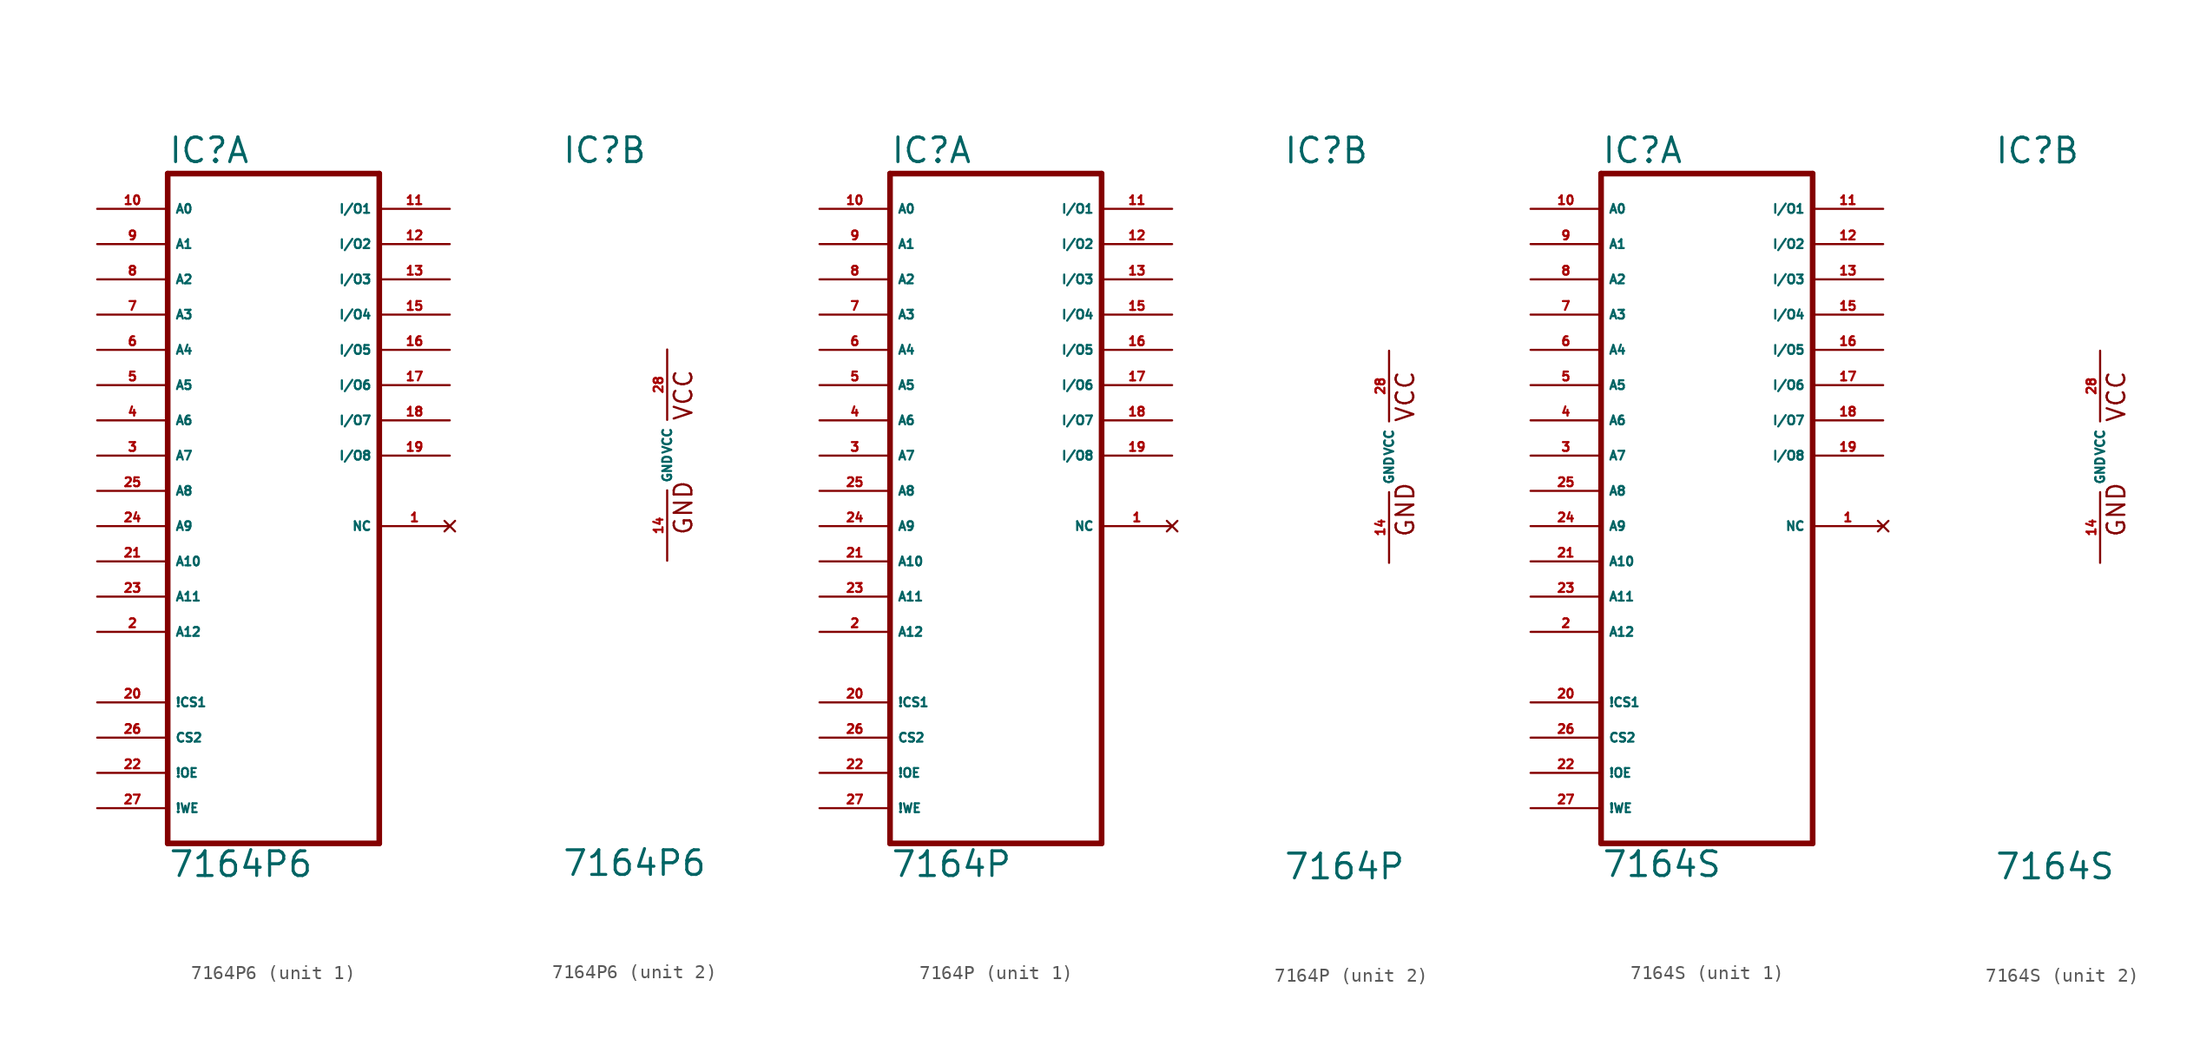
<source format=kicad_sym>
(kicad_symbol_lib
  (version 20220914)
  (generator Eagle2Kicad)
  (symbol "7164P6"
    (property "Reference" "IC"
      (at -7.62 20.955 0)
      (effects (font (size 1.778 1.778) (thickness 0.22)) (justify left bottom)))
    (property "Value" "7164P6"
      (at -7.62 -30.48 0)
      (effects (font (size 1.778 1.778) (thickness 0.22)) (justify left bottom)))
    (symbol "7164P6_1_0"
      (polyline (pts (xy -7.62 -27.94) (xy 7.62 -27.94)) (stroke (width 0.406) (type default)) (fill (type none)))
      (polyline (pts (xy 7.62 -27.94) (xy 7.62 20.32)) (stroke (width 0.406) (type default)) (fill (type none)))
      (polyline (pts (xy 7.62 20.32) (xy -7.62 20.32)) (stroke (width 0.406) (type default)) (fill (type none)))
      (polyline (pts (xy -7.62 20.32) (xy -7.62 -27.94)) (stroke (width 0.406) (type default)) (fill (type none)))
      (pin input line (at -12.7 17.78 0) (length 5.08) (name "A0" (effects (font (size 0.635 0.635) (thickness 0.08)) (justify left bottom))) (number "10" (effects (font (size 0.635 0.635) (thickness 0.08)) (justify left bottom))))
      (pin input line (at -12.7 15.24 0) (length 5.08) (name "A1" (effects (font (size 0.635 0.635) (thickness 0.08)) (justify left bottom))) (number "9" (effects (font (size 0.635 0.635) (thickness 0.08)) (justify left bottom))))
      (pin input line (at -12.7 12.7 0) (length 5.08) (name "A2" (effects (font (size 0.635 0.635) (thickness 0.08)) (justify left bottom))) (number "8" (effects (font (size 0.635 0.635) (thickness 0.08)) (justify left bottom))))
      (pin input line (at -12.7 10.16 0) (length 5.08) (name "A3" (effects (font (size 0.635 0.635) (thickness 0.08)) (justify left bottom))) (number "7" (effects (font (size 0.635 0.635) (thickness 0.08)) (justify left bottom))))
      (pin input line (at -12.7 7.62 0) (length 5.08) (name "A4" (effects (font (size 0.635 0.635) (thickness 0.08)) (justify left bottom))) (number "6" (effects (font (size 0.635 0.635) (thickness 0.08)) (justify left bottom))))
      (pin input line (at -12.7 5.08 0) (length 5.08) (name "A5" (effects (font (size 0.635 0.635) (thickness 0.08)) (justify left bottom))) (number "5" (effects (font (size 0.635 0.635) (thickness 0.08)) (justify left bottom))))
      (pin input line (at -12.7 2.54 0) (length 5.08) (name "A6" (effects (font (size 0.635 0.635) (thickness 0.08)) (justify left bottom))) (number "4" (effects (font (size 0.635 0.635) (thickness 0.08)) (justify left bottom))))
      (pin input line (at -12.7 0 0) (length 5.08) (name "A7" (effects (font (size 0.635 0.635) (thickness 0.08)) (justify left bottom))) (number "3" (effects (font (size 0.635 0.635) (thickness 0.08)) (justify left bottom))))
      (pin input line (at -12.7 -2.54 0) (length 5.08) (name "A8" (effects (font (size 0.635 0.635) (thickness 0.08)) (justify left bottom))) (number "25" (effects (font (size 0.635 0.635) (thickness 0.08)) (justify left bottom))))
      (pin input line (at -12.7 -5.08 0) (length 5.08) (name "A9" (effects (font (size 0.635 0.635) (thickness 0.08)) (justify left bottom))) (number "24" (effects (font (size 0.635 0.635) (thickness 0.08)) (justify left bottom))))
      (pin input line (at -12.7 -7.62 0) (length 5.08) (name "A10" (effects (font (size 0.635 0.635) (thickness 0.08)) (justify left bottom))) (number "21" (effects (font (size 0.635 0.635) (thickness 0.08)) (justify left bottom))))
      (pin input line (at -12.7 -22.86 0) (length 5.08) (name "!OE" (effects (font (size 0.635 0.635) (thickness 0.08)) (justify left bottom))) (number "22" (effects (font (size 0.635 0.635) (thickness 0.08)) (justify left bottom))))
      (pin bidirectional line (at 12.7 7.62 180) (length 5.08) (name "I/O5" (effects (font (size 0.635 0.635) (thickness 0.08)) (justify left bottom))) (number "16" (effects (font (size 0.635 0.635) (thickness 0.08)) (justify left bottom))))
      (pin bidirectional line (at 12.7 5.08 180) (length 5.08) (name "I/O6" (effects (font (size 0.635 0.635) (thickness 0.08)) (justify left bottom))) (number "17" (effects (font (size 0.635 0.635) (thickness 0.08)) (justify left bottom))))
      (pin bidirectional line (at 12.7 2.54 180) (length 5.08) (name "I/O7" (effects (font (size 0.635 0.635) (thickness 0.08)) (justify left bottom))) (number "18" (effects (font (size 0.635 0.635) (thickness 0.08)) (justify left bottom))))
      (pin bidirectional line (at 12.7 0 180) (length 5.08) (name "I/O8" (effects (font (size 0.635 0.635) (thickness 0.08)) (justify left bottom))) (number "19" (effects (font (size 0.635 0.635) (thickness 0.08)) (justify left bottom))))
      (pin input line (at -12.7 -25.4 0) (length 5.08) (name "!WE" (effects (font (size 0.635 0.635) (thickness 0.08)) (justify left bottom))) (number "27" (effects (font (size 0.635 0.635) (thickness 0.08)) (justify left bottom))))
      (pin bidirectional line (at 12.7 17.78 180) (length 5.08) (name "I/O1" (effects (font (size 0.635 0.635) (thickness 0.08)) (justify left bottom))) (number "11" (effects (font (size 0.635 0.635) (thickness 0.08)) (justify left bottom))))
      (pin bidirectional line (at 12.7 15.24 180) (length 5.08) (name "I/O2" (effects (font (size 0.635 0.635) (thickness 0.08)) (justify left bottom))) (number "12" (effects (font (size 0.635 0.635) (thickness 0.08)) (justify left bottom))))
      (pin bidirectional line (at 12.7 12.7 180) (length 5.08) (name "I/O3" (effects (font (size 0.635 0.635) (thickness 0.08)) (justify left bottom))) (number "13" (effects (font (size 0.635 0.635) (thickness 0.08)) (justify left bottom))))
      (pin bidirectional line (at 12.7 10.16 180) (length 5.08) (name "I/O4" (effects (font (size 0.635 0.635) (thickness 0.08)) (justify left bottom))) (number "15" (effects (font (size 0.635 0.635) (thickness 0.08)) (justify left bottom))))
      (pin input line (at -12.7 -10.16 0) (length 5.08) (name "A11" (effects (font (size 0.635 0.635) (thickness 0.08)) (justify left bottom))) (number "23" (effects (font (size 0.635 0.635) (thickness 0.08)) (justify left bottom))))
      (pin input line (at -12.7 -17.78 0) (length 5.08) (name "!CS1" (effects (font (size 0.635 0.635) (thickness 0.08)) (justify left bottom))) (number "20" (effects (font (size 0.635 0.635) (thickness 0.08)) (justify left bottom))))
      (pin input line (at -12.7 -20.32 0) (length 5.08) (name "CS2" (effects (font (size 0.635 0.635) (thickness 0.08)) (justify left bottom))) (number "26" (effects (font (size 0.635 0.635) (thickness 0.08)) (justify left bottom))))
      (pin input line (at -12.7 -12.7 0) (length 5.08) (name "A12" (effects (font (size 0.635 0.635) (thickness 0.08)) (justify left bottom))) (number "2" (effects (font (size 0.635 0.635) (thickness 0.08)) (justify left bottom))))
      (pin no_connect line (at 12.7 -5.08 180) (length 5.08) (name "NC" (effects (font (size 0.635 0.635) (thickness 0.08)) (justify left bottom) hide)) (number "1" (effects (font (size 0.635 0.635) (thickness 0.08)) (justify left bottom) hide))))
    (symbol "7164P6_2_0"
      (text "GND" (at 1.905 -5.842 900) (effects (font (size 1.27 1.27) (thickness 0.16)) (justify left bottom)))
      (text "VCC" (at 1.905 2.413 900) (effects (font (size 1.27 1.27) (thickness 0.16)) (justify left bottom)))
      (pin unspecified line (at 0 7.62 270) (length 5.08) (name "VCC" (effects (font (size 0.635 0.635) (thickness 0.08)) (justify left bottom))) (number "28" (effects (font (size 0.635 0.635) (thickness 0.08)) (justify left bottom))))
      (pin unspecified line (at 0 -7.62 90) (length 5.08) (name "GND" (effects (font (size 0.635 0.635) (thickness 0.08)) (justify left bottom))) (number "14" (effects (font (size 0.635 0.635) (thickness 0.08)) (justify left bottom))))))
  (symbol "7164P"
    (property "Reference" "IC"
      (at -7.62 20.955 0)
      (effects (font (size 1.778 1.778) (thickness 0.22)) (justify left bottom)))
    (property "Value" "7164P"
      (at -7.62 -30.48 0)
      (effects (font (size 1.778 1.778) (thickness 0.22)) (justify left bottom)))
    (symbol "7164P_1_0"
      (polyline (pts (xy -7.62 -27.94) (xy 7.62 -27.94)) (stroke (width 0.406) (type default)) (fill (type none)))
      (polyline (pts (xy 7.62 -27.94) (xy 7.62 20.32)) (stroke (width 0.406) (type default)) (fill (type none)))
      (polyline (pts (xy 7.62 20.32) (xy -7.62 20.32)) (stroke (width 0.406) (type default)) (fill (type none)))
      (polyline (pts (xy -7.62 20.32) (xy -7.62 -27.94)) (stroke (width 0.406) (type default)) (fill (type none)))
      (pin input line (at -12.7 17.78 0) (length 5.08) (name "A0" (effects (font (size 0.635 0.635) (thickness 0.08)) (justify left bottom))) (number "10" (effects (font (size 0.635 0.635) (thickness 0.08)) (justify left bottom))))
      (pin input line (at -12.7 15.24 0) (length 5.08) (name "A1" (effects (font (size 0.635 0.635) (thickness 0.08)) (justify left bottom))) (number "9" (effects (font (size 0.635 0.635) (thickness 0.08)) (justify left bottom))))
      (pin input line (at -12.7 12.7 0) (length 5.08) (name "A2" (effects (font (size 0.635 0.635) (thickness 0.08)) (justify left bottom))) (number "8" (effects (font (size 0.635 0.635) (thickness 0.08)) (justify left bottom))))
      (pin input line (at -12.7 10.16 0) (length 5.08) (name "A3" (effects (font (size 0.635 0.635) (thickness 0.08)) (justify left bottom))) (number "7" (effects (font (size 0.635 0.635) (thickness 0.08)) (justify left bottom))))
      (pin input line (at -12.7 7.62 0) (length 5.08) (name "A4" (effects (font (size 0.635 0.635) (thickness 0.08)) (justify left bottom))) (number "6" (effects (font (size 0.635 0.635) (thickness 0.08)) (justify left bottom))))
      (pin input line (at -12.7 5.08 0) (length 5.08) (name "A5" (effects (font (size 0.635 0.635) (thickness 0.08)) (justify left bottom))) (number "5" (effects (font (size 0.635 0.635) (thickness 0.08)) (justify left bottom))))
      (pin input line (at -12.7 2.54 0) (length 5.08) (name "A6" (effects (font (size 0.635 0.635) (thickness 0.08)) (justify left bottom))) (number "4" (effects (font (size 0.635 0.635) (thickness 0.08)) (justify left bottom))))
      (pin input line (at -12.7 0 0) (length 5.08) (name "A7" (effects (font (size 0.635 0.635) (thickness 0.08)) (justify left bottom))) (number "3" (effects (font (size 0.635 0.635) (thickness 0.08)) (justify left bottom))))
      (pin input line (at -12.7 -2.54 0) (length 5.08) (name "A8" (effects (font (size 0.635 0.635) (thickness 0.08)) (justify left bottom))) (number "25" (effects (font (size 0.635 0.635) (thickness 0.08)) (justify left bottom))))
      (pin input line (at -12.7 -5.08 0) (length 5.08) (name "A9" (effects (font (size 0.635 0.635) (thickness 0.08)) (justify left bottom))) (number "24" (effects (font (size 0.635 0.635) (thickness 0.08)) (justify left bottom))))
      (pin input line (at -12.7 -7.62 0) (length 5.08) (name "A10" (effects (font (size 0.635 0.635) (thickness 0.08)) (justify left bottom))) (number "21" (effects (font (size 0.635 0.635) (thickness 0.08)) (justify left bottom))))
      (pin input line (at -12.7 -22.86 0) (length 5.08) (name "!OE" (effects (font (size 0.635 0.635) (thickness 0.08)) (justify left bottom))) (number "22" (effects (font (size 0.635 0.635) (thickness 0.08)) (justify left bottom))))
      (pin bidirectional line (at 12.7 7.62 180) (length 5.08) (name "I/O5" (effects (font (size 0.635 0.635) (thickness 0.08)) (justify left bottom))) (number "16" (effects (font (size 0.635 0.635) (thickness 0.08)) (justify left bottom))))
      (pin bidirectional line (at 12.7 5.08 180) (length 5.08) (name "I/O6" (effects (font (size 0.635 0.635) (thickness 0.08)) (justify left bottom))) (number "17" (effects (font (size 0.635 0.635) (thickness 0.08)) (justify left bottom))))
      (pin bidirectional line (at 12.7 2.54 180) (length 5.08) (name "I/O7" (effects (font (size 0.635 0.635) (thickness 0.08)) (justify left bottom))) (number "18" (effects (font (size 0.635 0.635) (thickness 0.08)) (justify left bottom))))
      (pin bidirectional line (at 12.7 0 180) (length 5.08) (name "I/O8" (effects (font (size 0.635 0.635) (thickness 0.08)) (justify left bottom))) (number "19" (effects (font (size 0.635 0.635) (thickness 0.08)) (justify left bottom))))
      (pin input line (at -12.7 -25.4 0) (length 5.08) (name "!WE" (effects (font (size 0.635 0.635) (thickness 0.08)) (justify left bottom))) (number "27" (effects (font (size 0.635 0.635) (thickness 0.08)) (justify left bottom))))
      (pin bidirectional line (at 12.7 17.78 180) (length 5.08) (name "I/O1" (effects (font (size 0.635 0.635) (thickness 0.08)) (justify left bottom))) (number "11" (effects (font (size 0.635 0.635) (thickness 0.08)) (justify left bottom))))
      (pin bidirectional line (at 12.7 15.24 180) (length 5.08) (name "I/O2" (effects (font (size 0.635 0.635) (thickness 0.08)) (justify left bottom))) (number "12" (effects (font (size 0.635 0.635) (thickness 0.08)) (justify left bottom))))
      (pin bidirectional line (at 12.7 12.7 180) (length 5.08) (name "I/O3" (effects (font (size 0.635 0.635) (thickness 0.08)) (justify left bottom))) (number "13" (effects (font (size 0.635 0.635) (thickness 0.08)) (justify left bottom))))
      (pin bidirectional line (at 12.7 10.16 180) (length 5.08) (name "I/O4" (effects (font (size 0.635 0.635) (thickness 0.08)) (justify left bottom))) (number "15" (effects (font (size 0.635 0.635) (thickness 0.08)) (justify left bottom))))
      (pin input line (at -12.7 -10.16 0) (length 5.08) (name "A11" (effects (font (size 0.635 0.635) (thickness 0.08)) (justify left bottom))) (number "23" (effects (font (size 0.635 0.635) (thickness 0.08)) (justify left bottom))))
      (pin input line (at -12.7 -17.78 0) (length 5.08) (name "!CS1" (effects (font (size 0.635 0.635) (thickness 0.08)) (justify left bottom))) (number "20" (effects (font (size 0.635 0.635) (thickness 0.08)) (justify left bottom))))
      (pin input line (at -12.7 -20.32 0) (length 5.08) (name "CS2" (effects (font (size 0.635 0.635) (thickness 0.08)) (justify left bottom))) (number "26" (effects (font (size 0.635 0.635) (thickness 0.08)) (justify left bottom))))
      (pin input line (at -12.7 -12.7 0) (length 5.08) (name "A12" (effects (font (size 0.635 0.635) (thickness 0.08)) (justify left bottom))) (number "2" (effects (font (size 0.635 0.635) (thickness 0.08)) (justify left bottom))))
      (pin no_connect line (at 12.7 -5.08 180) (length 5.08) (name "NC" (effects (font (size 0.635 0.635) (thickness 0.08)) (justify left bottom) hide)) (number "1" (effects (font (size 0.635 0.635) (thickness 0.08)) (justify left bottom) hide))))
    (symbol "7164P_2_0"
      (text "GND" (at 1.905 -5.842 900) (effects (font (size 1.27 1.27) (thickness 0.16)) (justify left bottom)))
      (text "VCC" (at 1.905 2.413 900) (effects (font (size 1.27 1.27) (thickness 0.16)) (justify left bottom)))
      (pin unspecified line (at 0 7.62 270) (length 5.08) (name "VCC" (effects (font (size 0.635 0.635) (thickness 0.08)) (justify left bottom))) (number "28" (effects (font (size 0.635 0.635) (thickness 0.08)) (justify left bottom))))
      (pin unspecified line (at 0 -7.62 90) (length 5.08) (name "GND" (effects (font (size 0.635 0.635) (thickness 0.08)) (justify left bottom))) (number "14" (effects (font (size 0.635 0.635) (thickness 0.08)) (justify left bottom))))))
  (symbol "7164S"
    (property "Reference" "IC"
      (at -7.62 20.955 0)
      (effects (font (size 1.778 1.778) (thickness 0.22)) (justify left bottom)))
    (property "Value" "7164S"
      (at -7.62 -30.48 0)
      (effects (font (size 1.778 1.778) (thickness 0.22)) (justify left bottom)))
    (symbol "7164S_1_0"
      (polyline (pts (xy -7.62 -27.94) (xy 7.62 -27.94)) (stroke (width 0.406) (type default)) (fill (type none)))
      (polyline (pts (xy 7.62 -27.94) (xy 7.62 20.32)) (stroke (width 0.406) (type default)) (fill (type none)))
      (polyline (pts (xy 7.62 20.32) (xy -7.62 20.32)) (stroke (width 0.406) (type default)) (fill (type none)))
      (polyline (pts (xy -7.62 20.32) (xy -7.62 -27.94)) (stroke (width 0.406) (type default)) (fill (type none)))
      (pin input line (at -12.7 17.78 0) (length 5.08) (name "A0" (effects (font (size 0.635 0.635) (thickness 0.08)) (justify left bottom))) (number "10" (effects (font (size 0.635 0.635) (thickness 0.08)) (justify left bottom))))
      (pin input line (at -12.7 15.24 0) (length 5.08) (name "A1" (effects (font (size 0.635 0.635) (thickness 0.08)) (justify left bottom))) (number "9" (effects (font (size 0.635 0.635) (thickness 0.08)) (justify left bottom))))
      (pin input line (at -12.7 12.7 0) (length 5.08) (name "A2" (effects (font (size 0.635 0.635) (thickness 0.08)) (justify left bottom))) (number "8" (effects (font (size 0.635 0.635) (thickness 0.08)) (justify left bottom))))
      (pin input line (at -12.7 10.16 0) (length 5.08) (name "A3" (effects (font (size 0.635 0.635) (thickness 0.08)) (justify left bottom))) (number "7" (effects (font (size 0.635 0.635) (thickness 0.08)) (justify left bottom))))
      (pin input line (at -12.7 7.62 0) (length 5.08) (name "A4" (effects (font (size 0.635 0.635) (thickness 0.08)) (justify left bottom))) (number "6" (effects (font (size 0.635 0.635) (thickness 0.08)) (justify left bottom))))
      (pin input line (at -12.7 5.08 0) (length 5.08) (name "A5" (effects (font (size 0.635 0.635) (thickness 0.08)) (justify left bottom))) (number "5" (effects (font (size 0.635 0.635) (thickness 0.08)) (justify left bottom))))
      (pin input line (at -12.7 2.54 0) (length 5.08) (name "A6" (effects (font (size 0.635 0.635) (thickness 0.08)) (justify left bottom))) (number "4" (effects (font (size 0.635 0.635) (thickness 0.08)) (justify left bottom))))
      (pin input line (at -12.7 0 0) (length 5.08) (name "A7" (effects (font (size 0.635 0.635) (thickness 0.08)) (justify left bottom))) (number "3" (effects (font (size 0.635 0.635) (thickness 0.08)) (justify left bottom))))
      (pin input line (at -12.7 -2.54 0) (length 5.08) (name "A8" (effects (font (size 0.635 0.635) (thickness 0.08)) (justify left bottom))) (number "25" (effects (font (size 0.635 0.635) (thickness 0.08)) (justify left bottom))))
      (pin input line (at -12.7 -5.08 0) (length 5.08) (name "A9" (effects (font (size 0.635 0.635) (thickness 0.08)) (justify left bottom))) (number "24" (effects (font (size 0.635 0.635) (thickness 0.08)) (justify left bottom))))
      (pin input line (at -12.7 -7.62 0) (length 5.08) (name "A10" (effects (font (size 0.635 0.635) (thickness 0.08)) (justify left bottom))) (number "21" (effects (font (size 0.635 0.635) (thickness 0.08)) (justify left bottom))))
      (pin input line (at -12.7 -22.86 0) (length 5.08) (name "!OE" (effects (font (size 0.635 0.635) (thickness 0.08)) (justify left bottom))) (number "22" (effects (font (size 0.635 0.635) (thickness 0.08)) (justify left bottom))))
      (pin bidirectional line (at 12.7 7.62 180) (length 5.08) (name "I/O5" (effects (font (size 0.635 0.635) (thickness 0.08)) (justify left bottom))) (number "16" (effects (font (size 0.635 0.635) (thickness 0.08)) (justify left bottom))))
      (pin bidirectional line (at 12.7 5.08 180) (length 5.08) (name "I/O6" (effects (font (size 0.635 0.635) (thickness 0.08)) (justify left bottom))) (number "17" (effects (font (size 0.635 0.635) (thickness 0.08)) (justify left bottom))))
      (pin bidirectional line (at 12.7 2.54 180) (length 5.08) (name "I/O7" (effects (font (size 0.635 0.635) (thickness 0.08)) (justify left bottom))) (number "18" (effects (font (size 0.635 0.635) (thickness 0.08)) (justify left bottom))))
      (pin bidirectional line (at 12.7 0 180) (length 5.08) (name "I/O8" (effects (font (size 0.635 0.635) (thickness 0.08)) (justify left bottom))) (number "19" (effects (font (size 0.635 0.635) (thickness 0.08)) (justify left bottom))))
      (pin input line (at -12.7 -25.4 0) (length 5.08) (name "!WE" (effects (font (size 0.635 0.635) (thickness 0.08)) (justify left bottom))) (number "27" (effects (font (size 0.635 0.635) (thickness 0.08)) (justify left bottom))))
      (pin bidirectional line (at 12.7 17.78 180) (length 5.08) (name "I/O1" (effects (font (size 0.635 0.635) (thickness 0.08)) (justify left bottom))) (number "11" (effects (font (size 0.635 0.635) (thickness 0.08)) (justify left bottom))))
      (pin bidirectional line (at 12.7 15.24 180) (length 5.08) (name "I/O2" (effects (font (size 0.635 0.635) (thickness 0.08)) (justify left bottom))) (number "12" (effects (font (size 0.635 0.635) (thickness 0.08)) (justify left bottom))))
      (pin bidirectional line (at 12.7 12.7 180) (length 5.08) (name "I/O3" (effects (font (size 0.635 0.635) (thickness 0.08)) (justify left bottom))) (number "13" (effects (font (size 0.635 0.635) (thickness 0.08)) (justify left bottom))))
      (pin bidirectional line (at 12.7 10.16 180) (length 5.08) (name "I/O4" (effects (font (size 0.635 0.635) (thickness 0.08)) (justify left bottom))) (number "15" (effects (font (size 0.635 0.635) (thickness 0.08)) (justify left bottom))))
      (pin input line (at -12.7 -10.16 0) (length 5.08) (name "A11" (effects (font (size 0.635 0.635) (thickness 0.08)) (justify left bottom))) (number "23" (effects (font (size 0.635 0.635) (thickness 0.08)) (justify left bottom))))
      (pin input line (at -12.7 -17.78 0) (length 5.08) (name "!CS1" (effects (font (size 0.635 0.635) (thickness 0.08)) (justify left bottom))) (number "20" (effects (font (size 0.635 0.635) (thickness 0.08)) (justify left bottom))))
      (pin input line (at -12.7 -20.32 0) (length 5.08) (name "CS2" (effects (font (size 0.635 0.635) (thickness 0.08)) (justify left bottom))) (number "26" (effects (font (size 0.635 0.635) (thickness 0.08)) (justify left bottom))))
      (pin input line (at -12.7 -12.7 0) (length 5.08) (name "A12" (effects (font (size 0.635 0.635) (thickness 0.08)) (justify left bottom))) (number "2" (effects (font (size 0.635 0.635) (thickness 0.08)) (justify left bottom))))
      (pin no_connect line (at 12.7 -5.08 180) (length 5.08) (name "NC" (effects (font (size 0.635 0.635) (thickness 0.08)) (justify left bottom) hide)) (number "1" (effects (font (size 0.635 0.635) (thickness 0.08)) (justify left bottom) hide))))
    (symbol "7164S_2_0"
      (text "GND" (at 1.905 -5.842 900) (effects (font (size 1.27 1.27) (thickness 0.16)) (justify left bottom)))
      (text "VCC" (at 1.905 2.413 900) (effects (font (size 1.27 1.27) (thickness 0.16)) (justify left bottom)))
      (pin unspecified line (at 0 7.62 270) (length 5.08) (name "VCC" (effects (font (size 0.635 0.635) (thickness 0.08)) (justify left bottom))) (number "28" (effects (font (size 0.635 0.635) (thickness 0.08)) (justify left bottom))))
      (pin unspecified line (at 0 -7.62 90) (length 5.08) (name "GND" (effects (font (size 0.635 0.635) (thickness 0.08)) (justify left bottom))) (number "14" (effects (font (size 0.635 0.635) (thickness 0.08)) (justify left bottom)))))))
</source>
